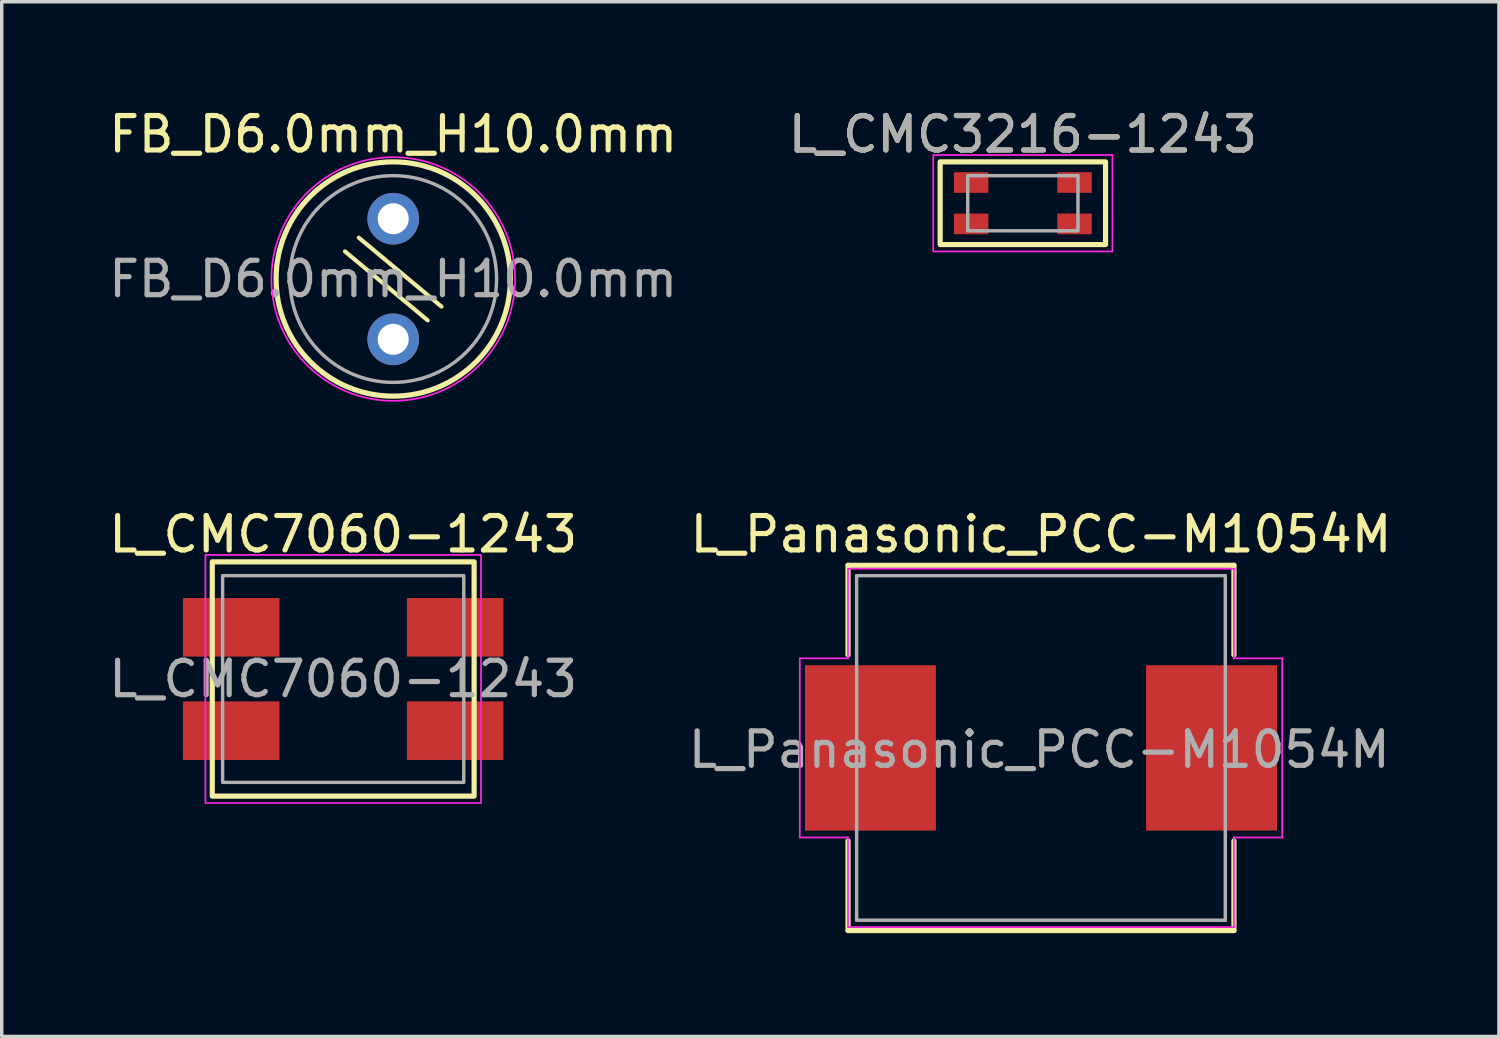
<source format=kicad_pcb>
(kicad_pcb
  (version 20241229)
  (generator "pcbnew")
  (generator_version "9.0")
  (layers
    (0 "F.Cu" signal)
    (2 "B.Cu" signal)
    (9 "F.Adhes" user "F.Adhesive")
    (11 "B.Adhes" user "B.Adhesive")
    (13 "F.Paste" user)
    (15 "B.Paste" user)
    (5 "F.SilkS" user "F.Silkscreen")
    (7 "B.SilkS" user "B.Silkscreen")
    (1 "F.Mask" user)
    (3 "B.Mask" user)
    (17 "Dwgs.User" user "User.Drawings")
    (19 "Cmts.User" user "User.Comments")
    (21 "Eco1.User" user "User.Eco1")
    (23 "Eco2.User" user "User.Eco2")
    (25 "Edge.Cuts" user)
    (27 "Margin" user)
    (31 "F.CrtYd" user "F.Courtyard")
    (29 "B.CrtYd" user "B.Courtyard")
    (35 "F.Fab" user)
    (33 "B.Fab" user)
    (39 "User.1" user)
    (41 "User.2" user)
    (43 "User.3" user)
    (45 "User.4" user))
  (footprint "FB_D6.0mm_H10.0mm"
    (layer "F.Cu")
    (at 8.363 5.048)
    (property "Reference" "FB_D6.0mm_H10.0mm" (at 0 -4.2 0) (unlocked yes) (layer "F.SilkS") (effects (font (size 1 1) (thickness 0.15))))
    (attr through_hole)
    (fp_line (start -1.4 -0.8) (end 1 1.2) (stroke (width 0.12) (type default)) (layer "F.SilkS"))
    (fp_line (start -1 -1.2) (end 1.4 0.8) (stroke (width 0.12) (type default)) (layer "F.SilkS"))
    (fp_circle (center 0 0) (end 3.4 0) (stroke (width 0.15) (type default)) (fill no) (layer "F.SilkS"))
    (fp_circle (center 0 0) (end -0.5 -3.5) (stroke (width 0.05) (type default)) (fill no) (layer "F.CrtYd"))
    (fp_circle (center 0 0) (end 0 -3) (stroke (width 0.1) (type default)) (fill no) (layer "F.Fab"))
    (fp_text user "${REFERENCE}" (at 0 0 0) (unlocked yes) (layer "F.Fab") (effects (font (size 1 1) (thickness 0.15))))
    (pad "1" thru_hole circle (at 0 -1.75) (size 1.5 1.5) (drill 0.9) (layers "*.Cu" "*.Mask"))
    (pad "2" thru_hole circle (at 0 1.75) (size 1.5 1.5) (drill 0.9) (layers "*.Cu" "*.Mask")))
  (footprint "L_CMC3216-1243"
    (layer "F.Cu")
    (at 26.637 2.848)
    (property "Reference" "L_CMC3216-1243" (at 0 -2 0) (unlocked yes) (layer "F.SilkS") (effects (font (size 1 1) (thickness 0.15))))
    (attr smd)
    (fp_rect (start -2.4 -1.2) (end 2.4 1.2) (stroke (width 0.15) (type default)) (fill no) (layer "F.SilkS"))
    (fp_rect (start -2.6 -1.4) (end 2.6 1.4) (stroke (width 0.05) (type default)) (fill no) (layer "F.CrtYd"))
    (fp_rect (start -1.6 0.8) (end 1.6 -0.8) (stroke (width 0.1) (type default)) (fill no) (layer "F.Fab"))
    (fp_text user "${REFERENCE}" (at 0 -2 0) (unlocked yes) (layer "F.Fab") (effects (font (size 1 1) (thickness 0.15))))
    (pad "1" smd rect (at -1.5 -0.6) (size 1 0.6) (layers "F.Cu" "F.Mask" "F.Paste"))
    (pad "2" smd rect (at 1.5 -0.6) (size 1 0.6) (layers "F.Cu" "F.Mask" "F.Paste"))
    (pad "3" smd rect (at 1.5 0.6) (size 1 0.6) (layers "F.Cu" "F.Mask" "F.Paste"))
    (pad "4" smd rect (at -1.5 0.6) (size 1 0.6) (layers "F.Cu" "F.Mask" "F.Paste")))
  (footprint "L_Panasonic_PCC-M1054M"
    (layer "F.Cu")
    (at 27.163 18.657)
    (property "Reference" "L_Panasonic_PCC-M1054M" (at 0 -6.2 0) (layer "F.SilkS") (effects (font (size 1 1) (thickness 0.15))))
    (attr smd)
    (fp_line (start -5.6 -5.3) (end 5.6 -5.3) (stroke (width 0.15) (type solid)) (layer "F.SilkS"))
    (fp_line (start -5.6 -2.7) (end -5.6 -5.3) (stroke (width 0.15) (type solid)) (layer "F.SilkS"))
    (fp_line (start -5.6 2.7) (end -5.6 5.3) (stroke (width 0.15) (type solid)) (layer "F.SilkS"))
    (fp_line (start -5.6 5.3) (end 5.6 5.3) (stroke (width 0.15) (type solid)) (layer "F.SilkS"))
    (fp_line (start 5.6 -5.3) (end 5.6 -2.7) (stroke (width 0.15) (type solid)) (layer "F.SilkS"))
    (fp_line (start 5.6 5.3) (end 5.6 2.7) (stroke (width 0.15) (type solid)) (layer "F.SilkS"))
    (fp_line (start -7 -2.6) (end -7 2.6) (stroke (width 0.05) (type solid)) (layer "F.CrtYd"))
    (fp_line (start -7 2.6) (end -5.6 2.6) (stroke (width 0.05) (type solid)) (layer "F.CrtYd"))
    (fp_line (start -5.6 -5.2) (end -5.6 -2.6) (stroke (width 0.05) (type solid)) (layer "F.CrtYd"))
    (fp_line (start -5.6 -2.6) (end -7 -2.6) (stroke (width 0.05) (type solid)) (layer "F.CrtYd"))
    (fp_line (start -5.6 2.6) (end -5.6 5.2) (stroke (width 0.05) (type solid)) (layer "F.CrtYd"))
    (fp_line (start -5.6 5.2) (end 5.6 5.2) (stroke (width 0.05) (type solid)) (layer "F.CrtYd"))
    (fp_line (start 5.6 -5.2) (end -5.6 -5.2) (stroke (width 0.05) (type solid)) (layer "F.CrtYd"))
    (fp_line (start 5.6 -2.6) (end 5.6 -5.2) (stroke (width 0.05) (type solid)) (layer "F.CrtYd"))
    (fp_line (start 5.6 2.6) (end 7 2.6) (stroke (width 0.05) (type solid)) (layer "F.CrtYd"))
    (fp_line (start 5.6 5.2) (end 5.6 2.6) (stroke (width 0.05) (type solid)) (layer "F.CrtYd"))
    (fp_line (start 7 -2.6) (end 5.6 -2.6) (stroke (width 0.05) (type solid)) (layer "F.CrtYd"))
    (fp_line (start 7 2.6) (end 7 -2.6) (stroke (width 0.05) (type solid)) (layer "F.CrtYd"))
    (fp_line (start -5.35 -5) (end 5.35 -5) (stroke (width 0.1) (type solid)) (layer "F.Fab"))
    (fp_line (start -5.35 5) (end -5.35 -5) (stroke (width 0.1) (type solid)) (layer "F.Fab"))
    (fp_line (start -5.35 5) (end 5.35 5) (stroke (width 0.1) (type solid)) (layer "F.Fab"))
    (fp_line (start 5.35 -5) (end 5.35 5) (stroke (width 0.1) (type solid)) (layer "F.Fab"))
    (fp_text user "${REFERENCE}" (at -0.05 0.05 0) (layer "F.Fab") (effects (font (size 1 1) (thickness 0.15))))
    (pad "1" smd rect (at -4.95 0) (size 3.8 4.8) (layers "F.Cu" "F.Mask" "F.Paste"))
    (pad "2" smd rect (at 4.95 0) (size 3.8 4.8) (layers "F.Cu" "F.Mask" "F.Paste")))
  (footprint "L_CMC7060-1243"
    (layer "F.Cu")
    (at 6.911 16.657)
    (property "Reference" "L_CMC7060-1243" (at 0 -4.2 0) (unlocked yes) (layer "F.SilkS") (effects (font (size 1 1) (thickness 0.15))))
    (attr smd)
    (fp_rect (start -3.8 -3.4) (end 3.8 3.4) (stroke (width 0.15) (type default)) (fill no) (layer "F.SilkS"))
    (fp_rect (start -4 -3.6) (end 4 3.6) (stroke (width 0.05) (type default)) (fill no) (layer "F.CrtYd"))
    (fp_rect (start -3.5 -3) (end 3.5 3) (stroke (width 0.1) (type default)) (fill no) (layer "F.Fab"))
    (fp_text user "${REFERENCE}" (at 0 0 0) (unlocked yes) (layer "F.Fab") (effects (font (size 1 1) (thickness 0.15))))
    (pad "1" smd rect (at -3.25 -1.5) (size 2.8 1.7) (layers "F.Cu" "F.Mask" "F.Paste"))
    (pad "2" smd rect (at 3.25 -1.5) (size 2.8 1.7) (layers "F.Cu" "F.Mask" "F.Paste"))
    (pad "3" smd rect (at 3.25 1.5) (size 2.8 1.7) (layers "F.Cu" "F.Mask" "F.Paste"))
    (pad "4" smd rect (at -3.25 1.5) (size 2.8 1.7) (layers "F.Cu" "F.Mask" "F.Paste")))
  (gr_rect
    (start -3 -3)
    (end 40.455 27.032)
    (stroke (width 0.1) (type default))
    (fill no)
    (layer "Edge.Cuts")))
</source>
